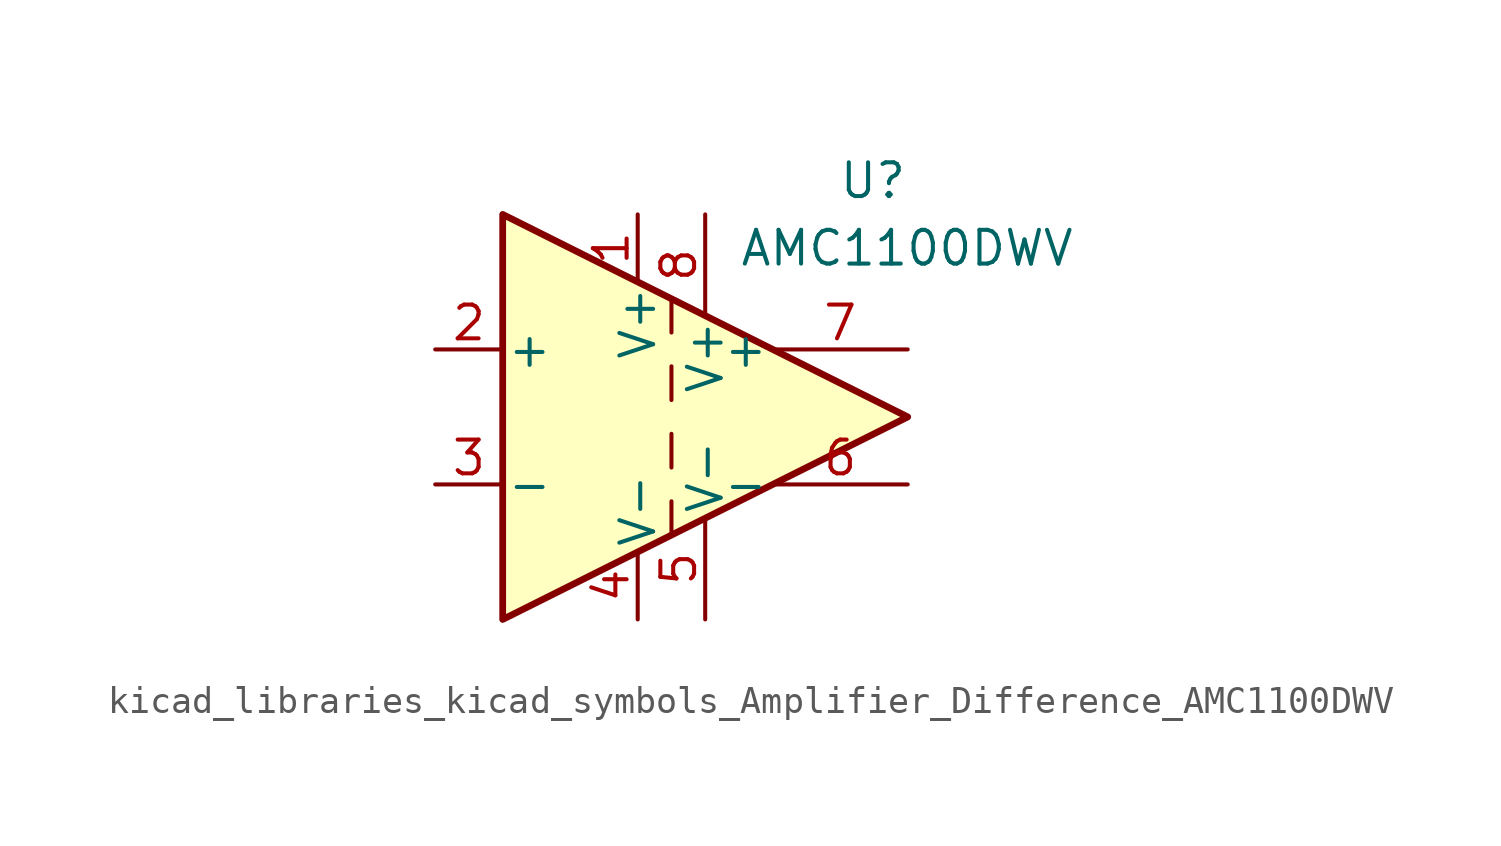
<source format=kicad_sym>
(kicad_symbol_lib
  (version 20220914)
  (generator kicad_symbol_editor)
  (symbol "kicad_libraries_kicad_symbols_Amplifier_Difference_AMC1100DWV"
    (pin_names
      (offset 0.127))
    (property "Reference" "U"
      (at 7.62 8.89 0)
      (effects (font (size 1.27 1.27)) (justify right)))
    (property "Value" "AMC1100DWV"
      (at 1.27 6.35 0)
      (effects (font (size 1.27 1.27)) (justify left)))
    (symbol "kicad_libraries_kicad_symbols_Amplifier_Difference_AMC1100DWV_0_1"
      (polyline (pts (xy -1.27 -3.175) (xy -1.27 -4.445)) (stroke (width 0) (type default)) (fill (type none)))
      (polyline (pts (xy -1.27 -0.635) (xy -1.27 -1.905)) (stroke (width 0) (type default)) (fill (type none)))
      (polyline (pts (xy -1.27 1.905) (xy -1.27 0.635)) (stroke (width 0) (type default)) (fill (type none)))
      (polyline (pts (xy -1.27 4.445) (xy -1.27 3.175)) (stroke (width 0) (type default)) (fill (type none)))
      (polyline (pts (xy -7.62 -7.62) (xy -7.62 7.62) (xy 7.62 0) (xy -7.62 -7.62)) (stroke (width 0.254) (type default)) (fill (type background))))
    (symbol "kicad_libraries_kicad_symbols_Amplifier_Difference_AMC1100DWV_1_1"
      (pin power_in line (at -2.54 7.62 270) (length 2.54) (name "V+" (effects (font (size 1.27 1.27)))) (number "1" (effects (font (size 1.27 1.27)))))
      (pin input line (at -10.16 2.54 0) (length 2.54) (name "+" (effects (font (size 1.27 1.27)))) (number "2" (effects (font (size 1.27 1.27)))))
      (pin input line (at -10.16 -2.54 0) (length 2.54) (name "-" (effects (font (size 1.27 1.27)))) (number "3" (effects (font (size 1.27 1.27)))))
      (pin power_in line (at -2.54 -7.62 90) (length 2.54) (name "V-" (effects (font (size 1.27 1.27)))) (number "4" (effects (font (size 1.27 1.27)))))
      (pin power_in line (at 0 -7.62 90) (length 3.81) (name "V-" (effects (font (size 1.27 1.27)))) (number "5" (effects (font (size 1.27 1.27)))))
      (pin output line (at 7.62 -2.54 180) (length 5.08) (name "-" (effects (font (size 1.27 1.27)))) (number "6" (effects (font (size 1.27 1.27)))))
      (pin output line (at 7.62 2.54 180) (length 5.08) (name "+" (effects (font (size 1.27 1.27)))) (number "7" (effects (font (size 1.27 1.27)))))
      (pin power_in line (at 0 7.62 270) (length 3.81) (name "V+" (effects (font (size 1.27 1.27)))) (number "8" (effects (font (size 1.27 1.27))))))))
</source>
